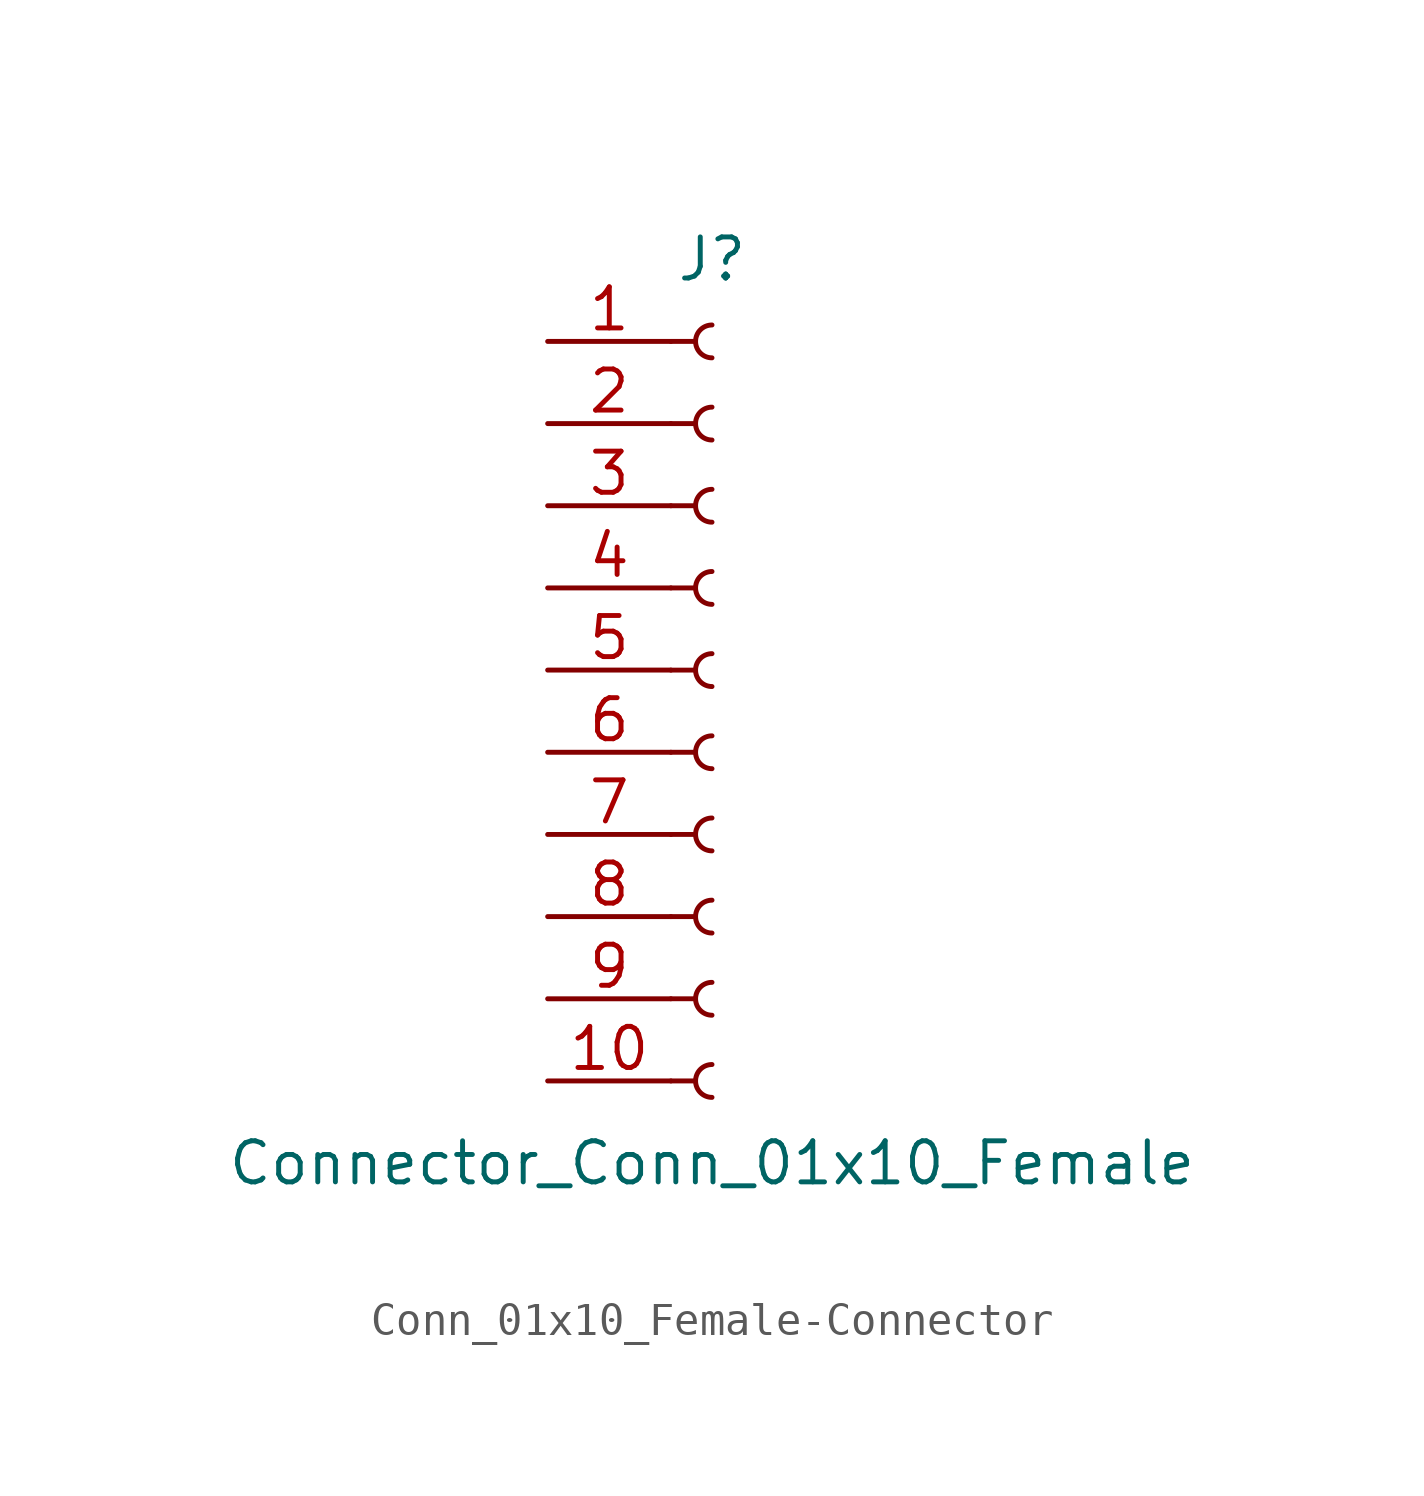
<source format=kicad_sym>
(kicad_symbol_lib
  (version 20241209)
  (generator "kicad_symbol_editor")
  (generator_version "9.0")
  (symbol "Conn_01x10_Female-Connector"
    (pin_names
      (offset 1.016)
      (hide yes))
    (property "Reference" "J"
      (at 0 12.7 0)
      (effects (font (size 1.27 1.27))))
    (property "Value" "Connector_Conn_01x10_Female"
      (at 0 -15.24 0)
      (effects (font (size 1.27 1.27))))
    (symbol "Conn_01x10_Female-Connector_1_1"
      (polyline (pts (xy -1.27 10.16) (xy -0.508 10.16)) (stroke (width 0.152) (type solid)) (fill (type none)))
      (polyline (pts (xy -1.27 7.62) (xy -0.508 7.62)) (stroke (width 0.152) (type solid)) (fill (type none)))
      (polyline (pts (xy -1.27 5.08) (xy -0.508 5.08)) (stroke (width 0.152) (type solid)) (fill (type none)))
      (polyline (pts (xy -1.27 2.54) (xy -0.508 2.54)) (stroke (width 0.152) (type solid)) (fill (type none)))
      (polyline (pts (xy -1.27 0) (xy -0.508 0)) (stroke (width 0.152) (type solid)) (fill (type none)))
      (polyline (pts (xy -1.27 -2.54) (xy -0.508 -2.54)) (stroke (width 0.152) (type solid)) (fill (type none)))
      (polyline (pts (xy -1.27 -5.08) (xy -0.508 -5.08)) (stroke (width 0.152) (type solid)) (fill (type none)))
      (polyline (pts (xy -1.27 -7.62) (xy -0.508 -7.62)) (stroke (width 0.152) (type solid)) (fill (type none)))
      (polyline (pts (xy -1.27 -10.16) (xy -0.508 -10.16)) (stroke (width 0.152) (type solid)) (fill (type none)))
      (polyline (pts (xy -1.27 -12.7) (xy -0.508 -12.7)) (stroke (width 0.152) (type solid)) (fill (type none)))
      (arc (start 0 9.652) (mid -0.508 10.16) (end 0 10.668) (stroke (width 0.1524) (type solid)) (fill (type none)))
      (arc (start 0 7.112) (mid -0.508 7.62) (end 0 8.128) (stroke (width 0.1524) (type solid)) (fill (type none)))
      (arc (start 0 4.572) (mid -0.508 5.08) (end 0 5.588) (stroke (width 0.1524) (type solid)) (fill (type none)))
      (arc (start 0 2.032) (mid -0.508 2.54) (end 0 3.048) (stroke (width 0.1524) (type solid)) (fill (type none)))
      (arc (start 0 -0.508) (mid -0.508 0) (end 0 0.508) (stroke (width 0.1524) (type solid)) (fill (type none)))
      (arc (start 0 -3.048) (mid -0.508 -2.54) (end 0 -2.032) (stroke (width 0.1524) (type solid)) (fill (type none)))
      (arc (start 0 -5.588) (mid -0.508 -5.08) (end 0 -4.572) (stroke (width 0.1524) (type solid)) (fill (type none)))
      (arc (start 0 -8.128) (mid -0.508 -7.62) (end 0 -7.112) (stroke (width 0.1524) (type solid)) (fill (type none)))
      (arc (start 0 -10.668) (mid -0.508 -10.16) (end 0 -9.652) (stroke (width 0.1524) (type solid)) (fill (type none)))
      (arc (start 0 -13.208) (mid -0.508 -12.7) (end 0 -12.192) (stroke (width 0.1524) (type solid)) (fill (type none)))
      (pin passive line (at -5.08 10.16 0) (length 3.81) (name "Pin_1" (effects (font (size 1.27 1.27)))) (number "1" (effects (font (size 1.27 1.27)))))
      (pin passive line (at -5.08 7.62 0) (length 3.81) (name "Pin_2" (effects (font (size 1.27 1.27)))) (number "2" (effects (font (size 1.27 1.27)))))
      (pin passive line (at -5.08 5.08 0) (length 3.81) (name "Pin_3" (effects (font (size 1.27 1.27)))) (number "3" (effects (font (size 1.27 1.27)))))
      (pin passive line (at -5.08 2.54 0) (length 3.81) (name "Pin_4" (effects (font (size 1.27 1.27)))) (number "4" (effects (font (size 1.27 1.27)))))
      (pin passive line (at -5.08 0 0) (length 3.81) (name "Pin_5" (effects (font (size 1.27 1.27)))) (number "5" (effects (font (size 1.27 1.27)))))
      (pin passive line (at -5.08 -2.54 0) (length 3.81) (name "Pin_6" (effects (font (size 1.27 1.27)))) (number "6" (effects (font (size 1.27 1.27)))))
      (pin passive line (at -5.08 -5.08 0) (length 3.81) (name "Pin_7" (effects (font (size 1.27 1.27)))) (number "7" (effects (font (size 1.27 1.27)))))
      (pin passive line (at -5.08 -7.62 0) (length 3.81) (name "Pin_8" (effects (font (size 1.27 1.27)))) (number "8" (effects (font (size 1.27 1.27)))))
      (pin passive line (at -5.08 -10.16 0) (length 3.81) (name "Pin_9" (effects (font (size 1.27 1.27)))) (number "9" (effects (font (size 1.27 1.27)))))
      (pin passive line (at -5.08 -12.7 0) (length 3.81) (name "Pin_10" (effects (font (size 1.27 1.27)))) (number "10" (effects (font (size 1.27 1.27))))))))
</source>
